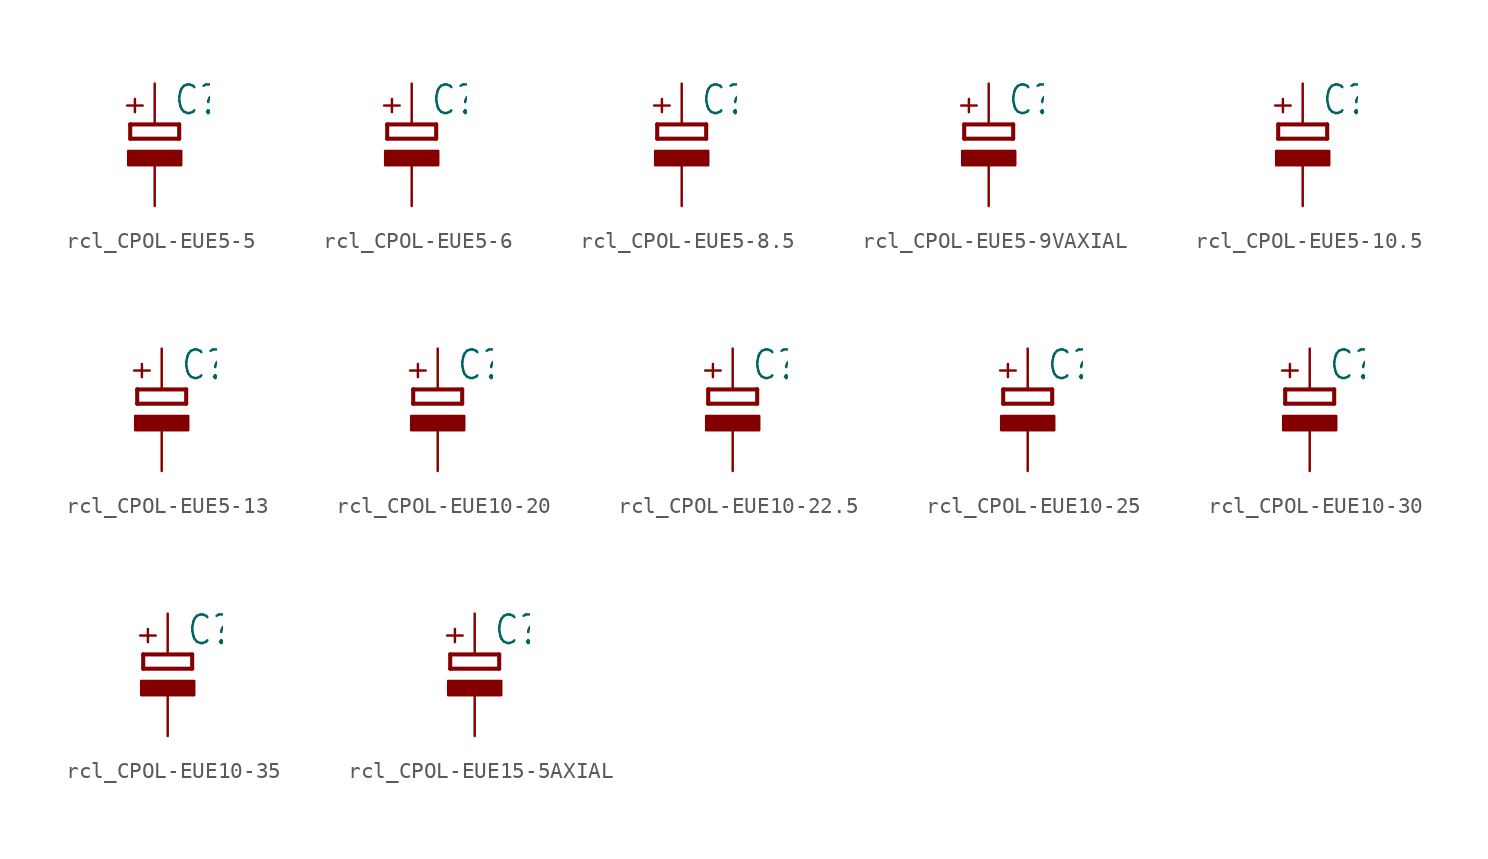
<source format=kicad_sym>
(kicad_symbol_lib
  (version 20231120)
  (generator "kicad_symbol_editor")
  (generator_version "8.0")
  (symbol "rcl_CPOL-EUE5-5"
    (property "Reference" "C"
      (at 1.143 0.483 0)
      (effects (font (size 1.778 1.511)) (justify left bottom)))
    (property "Value" ""
      (at 1.143 -4.597 0)
      (effects (font (size 1.778 1.511)) (justify left bottom)))
    (property "ki_locked" ""
      (at 0 0 0)
      (effects (font (size 1.27 1.27))))
    (symbol "rcl_CPOL-EUE5-5_1_0"
      (rectangle (start -1.651 -2.54) (end 1.651 -1.651) (stroke (width 0) (type default)) (fill (type outline)))
      (polyline (pts (xy -1.524 -0.889) (xy 1.524 -0.889)) (stroke (width 0.254) (type solid)) (fill (type none)))
      (polyline (pts (xy -1.524 0) (xy -1.524 -0.889)) (stroke (width 0.254) (type solid)) (fill (type none)))
      (polyline (pts (xy -1.524 0) (xy 1.524 0)) (stroke (width 0.254) (type solid)) (fill (type none)))
      (polyline (pts (xy 1.524 -0.889) (xy 1.524 0)) (stroke (width 0.254) (type solid)) (fill (type none)))
      (text "+" (at -0.584 0.406 900) (effects (font (size 1.27 1.079)) (justify left bottom)))
      (pin passive line (at 0 2.54 270) (length 2.54) (name "+" (effects (font (size 0 0)))) (number "+" (effects (font (size 0 0)))))
      (pin passive line (at 0 -5.08 90) (length 2.54) (name "-" (effects (font (size 0 0)))) (number "-" (effects (font (size 0 0)))))))
  (symbol "rcl_CPOL-EUE5-6"
    (property "Reference" "C"
      (at 1.143 0.483 0)
      (effects (font (size 1.778 1.511)) (justify left bottom)))
    (property "Value" ""
      (at 1.143 -4.597 0)
      (effects (font (size 1.778 1.511)) (justify left bottom)))
    (property "ki_locked" ""
      (at 0 0 0)
      (effects (font (size 1.27 1.27))))
    (symbol "rcl_CPOL-EUE5-6_1_0"
      (rectangle (start -1.651 -2.54) (end 1.651 -1.651) (stroke (width 0) (type default)) (fill (type outline)))
      (polyline (pts (xy -1.524 -0.889) (xy 1.524 -0.889)) (stroke (width 0.254) (type solid)) (fill (type none)))
      (polyline (pts (xy -1.524 0) (xy -1.524 -0.889)) (stroke (width 0.254) (type solid)) (fill (type none)))
      (polyline (pts (xy -1.524 0) (xy 1.524 0)) (stroke (width 0.254) (type solid)) (fill (type none)))
      (polyline (pts (xy 1.524 -0.889) (xy 1.524 0)) (stroke (width 0.254) (type solid)) (fill (type none)))
      (text "+" (at -0.584 0.406 900) (effects (font (size 1.27 1.079)) (justify left bottom)))
      (pin passive line (at 0 2.54 270) (length 2.54) (name "+" (effects (font (size 0 0)))) (number "+" (effects (font (size 0 0)))))
      (pin passive line (at 0 -5.08 90) (length 2.54) (name "-" (effects (font (size 0 0)))) (number "-" (effects (font (size 0 0)))))))
  (symbol "rcl_CPOL-EUE5-8.5"
    (property "Reference" "C"
      (at 1.143 0.483 0)
      (effects (font (size 1.778 1.511)) (justify left bottom)))
    (property "Value" ""
      (at 1.143 -4.597 0)
      (effects (font (size 1.778 1.511)) (justify left bottom)))
    (property "ki_locked" ""
      (at 0 0 0)
      (effects (font (size 1.27 1.27))))
    (symbol "rcl_CPOL-EUE5-8.5_1_0"
      (rectangle (start -1.651 -2.54) (end 1.651 -1.651) (stroke (width 0) (type default)) (fill (type outline)))
      (polyline (pts (xy -1.524 -0.889) (xy 1.524 -0.889)) (stroke (width 0.254) (type solid)) (fill (type none)))
      (polyline (pts (xy -1.524 0) (xy -1.524 -0.889)) (stroke (width 0.254) (type solid)) (fill (type none)))
      (polyline (pts (xy -1.524 0) (xy 1.524 0)) (stroke (width 0.254) (type solid)) (fill (type none)))
      (polyline (pts (xy 1.524 -0.889) (xy 1.524 0)) (stroke (width 0.254) (type solid)) (fill (type none)))
      (text "+" (at -0.584 0.406 900) (effects (font (size 1.27 1.079)) (justify left bottom)))
      (pin passive line (at 0 2.54 270) (length 2.54) (name "+" (effects (font (size 0 0)))) (number "+" (effects (font (size 0 0)))))
      (pin passive line (at 0 -5.08 90) (length 2.54) (name "-" (effects (font (size 0 0)))) (number "-" (effects (font (size 0 0)))))))
  (symbol "rcl_CPOL-EUE5-9VAXIAL"
    (property "Reference" "C"
      (at 1.143 0.483 0)
      (effects (font (size 1.778 1.511)) (justify left bottom)))
    (property "Value" ""
      (at 1.143 -4.597 0)
      (effects (font (size 1.778 1.511)) (justify left bottom)))
    (property "ki_locked" ""
      (at 0 0 0)
      (effects (font (size 1.27 1.27))))
    (symbol "rcl_CPOL-EUE5-9VAXIAL_1_0"
      (rectangle (start -1.651 -2.54) (end 1.651 -1.651) (stroke (width 0) (type default)) (fill (type outline)))
      (polyline (pts (xy -1.524 -0.889) (xy 1.524 -0.889)) (stroke (width 0.254) (type solid)) (fill (type none)))
      (polyline (pts (xy -1.524 0) (xy -1.524 -0.889)) (stroke (width 0.254) (type solid)) (fill (type none)))
      (polyline (pts (xy -1.524 0) (xy 1.524 0)) (stroke (width 0.254) (type solid)) (fill (type none)))
      (polyline (pts (xy 1.524 -0.889) (xy 1.524 0)) (stroke (width 0.254) (type solid)) (fill (type none)))
      (text "+" (at -0.584 0.406 900) (effects (font (size 1.27 1.079)) (justify left bottom)))
      (pin passive line (at 0 2.54 270) (length 2.54) (name "+" (effects (font (size 0 0)))) (number "+" (effects (font (size 0 0)))))
      (pin passive line (at 0 -5.08 90) (length 2.54) (name "-" (effects (font (size 0 0)))) (number "-" (effects (font (size 0 0)))))))
  (symbol "rcl_CPOL-EUE5-10.5"
    (property "Reference" "C"
      (at 1.143 0.483 0)
      (effects (font (size 1.778 1.511)) (justify left bottom)))
    (property "Value" ""
      (at 1.143 -4.597 0)
      (effects (font (size 1.778 1.511)) (justify left bottom)))
    (property "ki_locked" ""
      (at 0 0 0)
      (effects (font (size 1.27 1.27))))
    (symbol "rcl_CPOL-EUE5-10.5_1_0"
      (rectangle (start -1.651 -2.54) (end 1.651 -1.651) (stroke (width 0) (type default)) (fill (type outline)))
      (polyline (pts (xy -1.524 -0.889) (xy 1.524 -0.889)) (stroke (width 0.254) (type solid)) (fill (type none)))
      (polyline (pts (xy -1.524 0) (xy -1.524 -0.889)) (stroke (width 0.254) (type solid)) (fill (type none)))
      (polyline (pts (xy -1.524 0) (xy 1.524 0)) (stroke (width 0.254) (type solid)) (fill (type none)))
      (polyline (pts (xy 1.524 -0.889) (xy 1.524 0)) (stroke (width 0.254) (type solid)) (fill (type none)))
      (text "+" (at -0.584 0.406 900) (effects (font (size 1.27 1.079)) (justify left bottom)))
      (pin passive line (at 0 2.54 270) (length 2.54) (name "+" (effects (font (size 0 0)))) (number "+" (effects (font (size 0 0)))))
      (pin passive line (at 0 -5.08 90) (length 2.54) (name "-" (effects (font (size 0 0)))) (number "-" (effects (font (size 0 0)))))))
  (symbol "rcl_CPOL-EUE5-13"
    (property "Reference" "C"
      (at 1.143 0.483 0)
      (effects (font (size 1.778 1.511)) (justify left bottom)))
    (property "Value" ""
      (at 1.143 -4.597 0)
      (effects (font (size 1.778 1.511)) (justify left bottom)))
    (property "ki_locked" ""
      (at 0 0 0)
      (effects (font (size 1.27 1.27))))
    (symbol "rcl_CPOL-EUE5-13_1_0"
      (rectangle (start -1.651 -2.54) (end 1.651 -1.651) (stroke (width 0) (type default)) (fill (type outline)))
      (polyline (pts (xy -1.524 -0.889) (xy 1.524 -0.889)) (stroke (width 0.254) (type solid)) (fill (type none)))
      (polyline (pts (xy -1.524 0) (xy -1.524 -0.889)) (stroke (width 0.254) (type solid)) (fill (type none)))
      (polyline (pts (xy -1.524 0) (xy 1.524 0)) (stroke (width 0.254) (type solid)) (fill (type none)))
      (polyline (pts (xy 1.524 -0.889) (xy 1.524 0)) (stroke (width 0.254) (type solid)) (fill (type none)))
      (text "+" (at -0.584 0.406 900) (effects (font (size 1.27 1.079)) (justify left bottom)))
      (pin passive line (at 0 2.54 270) (length 2.54) (name "+" (effects (font (size 0 0)))) (number "+" (effects (font (size 0 0)))))
      (pin passive line (at 0 -5.08 90) (length 2.54) (name "-" (effects (font (size 0 0)))) (number "-" (effects (font (size 0 0)))))))
  (symbol "rcl_CPOL-EUE10-20"
    (property "Reference" "C"
      (at 1.143 0.483 0)
      (effects (font (size 1.778 1.511)) (justify left bottom)))
    (property "Value" ""
      (at 1.143 -4.597 0)
      (effects (font (size 1.778 1.511)) (justify left bottom)))
    (property "ki_locked" ""
      (at 0 0 0)
      (effects (font (size 1.27 1.27))))
    (symbol "rcl_CPOL-EUE10-20_1_0"
      (rectangle (start -1.651 -2.54) (end 1.651 -1.651) (stroke (width 0) (type default)) (fill (type outline)))
      (polyline (pts (xy -1.524 -0.889) (xy 1.524 -0.889)) (stroke (width 0.254) (type solid)) (fill (type none)))
      (polyline (pts (xy -1.524 0) (xy -1.524 -0.889)) (stroke (width 0.254) (type solid)) (fill (type none)))
      (polyline (pts (xy -1.524 0) (xy 1.524 0)) (stroke (width 0.254) (type solid)) (fill (type none)))
      (polyline (pts (xy 1.524 -0.889) (xy 1.524 0)) (stroke (width 0.254) (type solid)) (fill (type none)))
      (text "+" (at -0.584 0.406 900) (effects (font (size 1.27 1.079)) (justify left bottom)))
      (pin passive line (at 0 2.54 270) (length 2.54) (name "+" (effects (font (size 0 0)))) (number "+" (effects (font (size 0 0)))))
      (pin passive line (at 0 -5.08 90) (length 2.54) (name "-" (effects (font (size 0 0)))) (number "-" (effects (font (size 0 0)))))))
  (symbol "rcl_CPOL-EUE10-22.5"
    (property "Reference" "C"
      (at 1.143 0.483 0)
      (effects (font (size 1.778 1.511)) (justify left bottom)))
    (property "Value" ""
      (at 1.143 -4.597 0)
      (effects (font (size 1.778 1.511)) (justify left bottom)))
    (property "ki_locked" ""
      (at 0 0 0)
      (effects (font (size 1.27 1.27))))
    (symbol "rcl_CPOL-EUE10-22.5_1_0"
      (rectangle (start -1.651 -2.54) (end 1.651 -1.651) (stroke (width 0) (type default)) (fill (type outline)))
      (polyline (pts (xy -1.524 -0.889) (xy 1.524 -0.889)) (stroke (width 0.254) (type solid)) (fill (type none)))
      (polyline (pts (xy -1.524 0) (xy -1.524 -0.889)) (stroke (width 0.254) (type solid)) (fill (type none)))
      (polyline (pts (xy -1.524 0) (xy 1.524 0)) (stroke (width 0.254) (type solid)) (fill (type none)))
      (polyline (pts (xy 1.524 -0.889) (xy 1.524 0)) (stroke (width 0.254) (type solid)) (fill (type none)))
      (text "+" (at -0.584 0.406 900) (effects (font (size 1.27 1.079)) (justify left bottom)))
      (pin passive line (at 0 2.54 270) (length 2.54) (name "+" (effects (font (size 0 0)))) (number "+" (effects (font (size 0 0)))))
      (pin passive line (at 0 -5.08 90) (length 2.54) (name "-" (effects (font (size 0 0)))) (number "-" (effects (font (size 0 0)))))))
  (symbol "rcl_CPOL-EUE10-25"
    (property "Reference" "C"
      (at 1.143 0.483 0)
      (effects (font (size 1.778 1.511)) (justify left bottom)))
    (property "Value" ""
      (at 1.143 -4.597 0)
      (effects (font (size 1.778 1.511)) (justify left bottom)))
    (property "ki_locked" ""
      (at 0 0 0)
      (effects (font (size 1.27 1.27))))
    (symbol "rcl_CPOL-EUE10-25_1_0"
      (rectangle (start -1.651 -2.54) (end 1.651 -1.651) (stroke (width 0) (type default)) (fill (type outline)))
      (polyline (pts (xy -1.524 -0.889) (xy 1.524 -0.889)) (stroke (width 0.254) (type solid)) (fill (type none)))
      (polyline (pts (xy -1.524 0) (xy -1.524 -0.889)) (stroke (width 0.254) (type solid)) (fill (type none)))
      (polyline (pts (xy -1.524 0) (xy 1.524 0)) (stroke (width 0.254) (type solid)) (fill (type none)))
      (polyline (pts (xy 1.524 -0.889) (xy 1.524 0)) (stroke (width 0.254) (type solid)) (fill (type none)))
      (text "+" (at -0.584 0.406 900) (effects (font (size 1.27 1.079)) (justify left bottom)))
      (pin passive line (at 0 2.54 270) (length 2.54) (name "+" (effects (font (size 0 0)))) (number "+" (effects (font (size 0 0)))))
      (pin passive line (at 0 -5.08 90) (length 2.54) (name "-" (effects (font (size 0 0)))) (number "-" (effects (font (size 0 0)))))))
  (symbol "rcl_CPOL-EUE10-30"
    (property "Reference" "C"
      (at 1.143 0.483 0)
      (effects (font (size 1.778 1.511)) (justify left bottom)))
    (property "Value" ""
      (at 1.143 -4.597 0)
      (effects (font (size 1.778 1.511)) (justify left bottom)))
    (property "ki_locked" ""
      (at 0 0 0)
      (effects (font (size 1.27 1.27))))
    (symbol "rcl_CPOL-EUE10-30_1_0"
      (rectangle (start -1.651 -2.54) (end 1.651 -1.651) (stroke (width 0) (type default)) (fill (type outline)))
      (polyline (pts (xy -1.524 -0.889) (xy 1.524 -0.889)) (stroke (width 0.254) (type solid)) (fill (type none)))
      (polyline (pts (xy -1.524 0) (xy -1.524 -0.889)) (stroke (width 0.254) (type solid)) (fill (type none)))
      (polyline (pts (xy -1.524 0) (xy 1.524 0)) (stroke (width 0.254) (type solid)) (fill (type none)))
      (polyline (pts (xy 1.524 -0.889) (xy 1.524 0)) (stroke (width 0.254) (type solid)) (fill (type none)))
      (text "+" (at -0.584 0.406 900) (effects (font (size 1.27 1.079)) (justify left bottom)))
      (pin passive line (at 0 2.54 270) (length 2.54) (name "+" (effects (font (size 0 0)))) (number "+" (effects (font (size 0 0)))))
      (pin passive line (at 0 -5.08 90) (length 2.54) (name "-" (effects (font (size 0 0)))) (number "-" (effects (font (size 0 0)))))))
  (symbol "rcl_CPOL-EUE10-35"
    (property "Reference" "C"
      (at 1.143 0.483 0)
      (effects (font (size 1.778 1.511)) (justify left bottom)))
    (property "Value" ""
      (at 1.143 -4.597 0)
      (effects (font (size 1.778 1.511)) (justify left bottom)))
    (property "ki_locked" ""
      (at 0 0 0)
      (effects (font (size 1.27 1.27))))
    (symbol "rcl_CPOL-EUE10-35_1_0"
      (rectangle (start -1.651 -2.54) (end 1.651 -1.651) (stroke (width 0) (type default)) (fill (type outline)))
      (polyline (pts (xy -1.524 -0.889) (xy 1.524 -0.889)) (stroke (width 0.254) (type solid)) (fill (type none)))
      (polyline (pts (xy -1.524 0) (xy -1.524 -0.889)) (stroke (width 0.254) (type solid)) (fill (type none)))
      (polyline (pts (xy -1.524 0) (xy 1.524 0)) (stroke (width 0.254) (type solid)) (fill (type none)))
      (polyline (pts (xy 1.524 -0.889) (xy 1.524 0)) (stroke (width 0.254) (type solid)) (fill (type none)))
      (text "+" (at -0.584 0.406 900) (effects (font (size 1.27 1.079)) (justify left bottom)))
      (pin passive line (at 0 2.54 270) (length 2.54) (name "+" (effects (font (size 0 0)))) (number "+" (effects (font (size 0 0)))))
      (pin passive line (at 0 -5.08 90) (length 2.54) (name "-" (effects (font (size 0 0)))) (number "-" (effects (font (size 0 0)))))))
  (symbol "rcl_CPOL-EUE15-5AXIAL"
    (property "Reference" "C"
      (at 1.143 0.483 0)
      (effects (font (size 1.778 1.511)) (justify left bottom)))
    (property "Value" ""
      (at 1.143 -4.597 0)
      (effects (font (size 1.778 1.511)) (justify left bottom)))
    (property "ki_locked" ""
      (at 0 0 0)
      (effects (font (size 1.27 1.27))))
    (symbol "rcl_CPOL-EUE15-5AXIAL_1_0"
      (rectangle (start -1.651 -2.54) (end 1.651 -1.651) (stroke (width 0) (type default)) (fill (type outline)))
      (polyline (pts (xy -1.524 -0.889) (xy 1.524 -0.889)) (stroke (width 0.254) (type solid)) (fill (type none)))
      (polyline (pts (xy -1.524 0) (xy -1.524 -0.889)) (stroke (width 0.254) (type solid)) (fill (type none)))
      (polyline (pts (xy -1.524 0) (xy 1.524 0)) (stroke (width 0.254) (type solid)) (fill (type none)))
      (polyline (pts (xy 1.524 -0.889) (xy 1.524 0)) (stroke (width 0.254) (type solid)) (fill (type none)))
      (text "+" (at -0.584 0.406 900) (effects (font (size 1.27 1.079)) (justify left bottom)))
      (pin passive line (at 0 2.54 270) (length 2.54) (name "+" (effects (font (size 0 0)))) (number "+" (effects (font (size 0 0)))))
      (pin passive line (at 0 -5.08 90) (length 2.54) (name "-" (effects (font (size 0 0)))) (number "-" (effects (font (size 0 0))))))))
</source>
